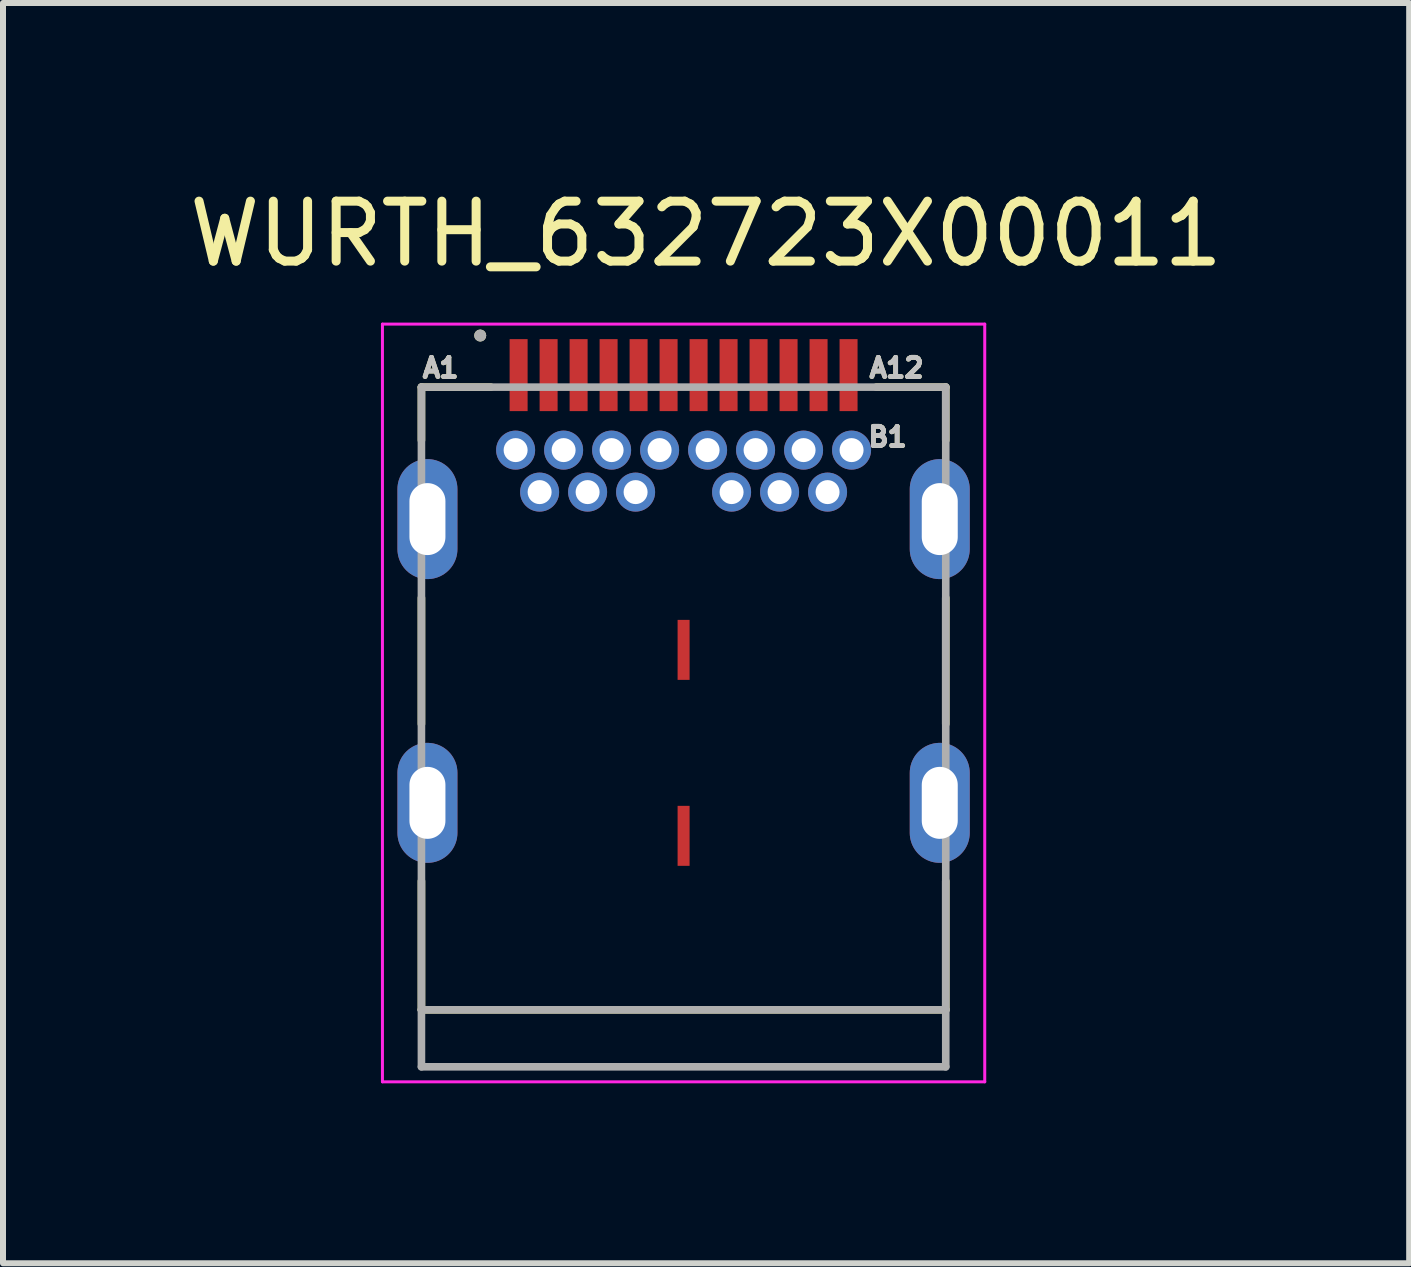
<source format=kicad_pcb>
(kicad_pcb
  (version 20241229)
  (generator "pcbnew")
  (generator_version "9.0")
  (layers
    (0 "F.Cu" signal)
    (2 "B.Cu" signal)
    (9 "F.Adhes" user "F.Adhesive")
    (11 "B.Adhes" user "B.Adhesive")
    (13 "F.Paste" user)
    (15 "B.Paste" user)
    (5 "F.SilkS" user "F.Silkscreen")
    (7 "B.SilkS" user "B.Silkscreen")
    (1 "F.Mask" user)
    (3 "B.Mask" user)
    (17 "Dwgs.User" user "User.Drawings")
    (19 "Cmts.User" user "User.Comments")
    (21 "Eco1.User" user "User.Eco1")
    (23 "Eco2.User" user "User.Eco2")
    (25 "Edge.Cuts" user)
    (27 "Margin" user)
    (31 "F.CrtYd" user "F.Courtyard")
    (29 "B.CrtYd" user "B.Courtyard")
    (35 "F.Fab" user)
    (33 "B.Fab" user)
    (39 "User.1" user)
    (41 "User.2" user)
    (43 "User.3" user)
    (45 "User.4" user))
  (footprint "WURTH_632723X00011"
    (layer "F.Cu")
    (at 8.345 7.783)
    (property "Reference" "WURTH_632723X00011" (at 0.375 -6.935 0) (layer "F.SilkS") (effects (font (size 1 1) (thickness 0.15))))
    (attr through_hole)
    (fp_line (start -4.37 -4.38) (end -4.37 -3.494) (stroke (width 0.127) (type solid)) (layer "F.SilkS"))
    (fp_line (start -4.37 -0.867) (end -4.37 1.236) (stroke (width 0.127) (type solid)) (layer "F.SilkS"))
    (fp_line (start -4.37 3.854) (end -4.37 6) (stroke (width 0.127) (type solid)) (layer "F.SilkS"))
    (fp_line (start -4.37 6) (end 4.37 6) (stroke (width 0.127) (type solid)) (layer "F.SilkS"))
    (fp_line (start -3.213 -4.38) (end -4.37 -4.38) (stroke (width 0.127) (type solid)) (layer "F.SilkS"))
    (fp_line (start 3.213 -4.38) (end 4.37 -4.38) (stroke (width 0.127) (type solid)) (layer "F.SilkS"))
    (fp_line (start 4.37 -4.38) (end 4.37 -3.494) (stroke (width 0.127) (type solid)) (layer "F.SilkS"))
    (fp_line (start 4.37 -0.867) (end 4.37 1.236) (stroke (width 0.127) (type solid)) (layer "F.SilkS"))
    (fp_line (start 4.37 6) (end 4.37 3.854) (stroke (width 0.127) (type solid)) (layer "F.SilkS"))
    (fp_circle (center -3.39 -5.24) (end -3.34 -5.24) (stroke (width 0.1) (type solid)) (fill no) (layer "F.SilkS"))
    (fp_line (start -5.02 -5.43) (end -5.02 7.2) (stroke (width 0.05) (type solid)) (layer "F.CrtYd"))
    (fp_line (start -5.02 7.2) (end 5.02 7.2) (stroke (width 0.05) (type solid)) (layer "F.CrtYd"))
    (fp_line (start 5.02 -5.43) (end -5.02 -5.43) (stroke (width 0.05) (type solid)) (layer "F.CrtYd"))
    (fp_line (start 5.02 7.2) (end 5.02 -5.43) (stroke (width 0.05) (type solid)) (layer "F.CrtYd"))
    (fp_line (start -4.37 -4.38) (end 4.37 -4.38) (stroke (width 0.127) (type solid)) (layer "F.Fab"))
    (fp_line (start -4.37 6) (end -4.37 -4.38) (stroke (width 0.127) (type solid)) (layer "F.Fab"))
    (fp_line (start -4.37 6) (end 4.37 6) (stroke (width 0.127) (type solid)) (layer "F.Fab"))
    (fp_line (start -4.37 6.95) (end -4.37 6) (stroke (width 0.127) (type solid)) (layer "F.Fab"))
    (fp_line (start 4.37 -4.38) (end 4.37 6) (stroke (width 0.127) (type solid)) (layer "F.Fab"))
    (fp_line (start 4.37 6) (end 4.37 6.95) (stroke (width 0.127) (type solid)) (layer "F.Fab"))
    (fp_line (start 4.37 6.95) (end -4.37 6.95) (stroke (width 0.127) (type solid)) (layer "F.Fab"))
    (fp_circle (center -3.39 -5.24) (end -3.34 -5.24) (stroke (width 0.1) (type solid)) (fill no) (layer "F.Fab"))
    (fp_text user "A12" (at 3.55 -4.7 0) (layer "F.SilkS") (effects (font (size 0.32 0.32) (thickness 0.15))))
    (fp_text user "B1" (at 3.4 -3.55 0) (layer "F.SilkS") (effects (font (size 0.32 0.32) (thickness 0.15))))
    (fp_text user "A1" (at -4.05 -4.7 0) (layer "F.SilkS") (effects (font (size 0.32 0.32) (thickness 0.15))))
    (fp_text user "B1" (at 3.4 -3.55 0) (layer "Dwgs.User") (effects (font (size 0.32 0.32) (thickness 0.15))))
    (fp_text user "A1" (at -4.05 -4.7 0) (layer "Dwgs.User") (effects (font (size 0.32 0.32) (thickness 0.15))))
    (fp_text user "A12" (at 3.55 -4.7 0) (layer "Dwgs.User") (effects (font (size 0.32 0.32) (thickness 0.15))))
    (pad "A1" smd rect (at -2.75 -4.58 90) (size 1.2 0.3) (layers "F.Cu" "F.Mask" "F.Paste"))
    (pad "A2" smd rect (at -2.25 -4.58 90) (size 1.2 0.3) (layers "F.Cu" "F.Mask" "F.Paste"))
    (pad "A3" smd rect (at -1.75 -4.58 90) (size 1.2 0.3) (layers "F.Cu" "F.Mask" "F.Paste"))
    (pad "A4" smd rect (at -1.25 -4.58 90) (size 1.2 0.3) (layers "F.Cu" "F.Mask" "F.Paste"))
    (pad "A5" smd rect (at -0.75 -4.58 90) (size 1.2 0.3) (layers "F.Cu" "F.Mask" "F.Paste"))
    (pad "A6" smd rect (at -0.25 -4.58 90) (size 1.2 0.3) (layers "F.Cu" "F.Mask" "F.Paste"))
    (pad "A7" smd rect (at 0.25 -4.58 90) (size 1.2 0.3) (layers "F.Cu" "F.Mask" "F.Paste"))
    (pad "A8" smd rect (at 0.75 -4.58 90) (size 1.2 0.3) (layers "F.Cu" "F.Mask" "F.Paste"))
    (pad "A9" smd rect (at 1.25 -4.58 90) (size 1.2 0.3) (layers "F.Cu" "F.Mask" "F.Paste"))
    (pad "A10" smd rect (at 1.75 -4.58 90) (size 1.2 0.3) (layers "F.Cu" "F.Mask" "F.Paste"))
    (pad "A11" smd rect (at 2.25 -4.58 90) (size 1.2 0.3) (layers "F.Cu" "F.Mask" "F.Paste"))
    (pad "A12" smd rect (at 2.75 -4.58 90) (size 1.2 0.3) (layers "F.Cu" "F.Mask" "F.Paste"))
    (pad "B1" thru_hole circle (at 2.8 -3.33) (size 0.65 0.65) (drill 0.4) (layers "*.Cu" "*.Mask"))
    (pad "B2" thru_hole circle (at 2.4 -2.63) (size 0.65 0.65) (drill 0.4) (layers "*.Cu" "*.Mask"))
    (pad "B3" thru_hole circle (at 1.6 -2.63) (size 0.65 0.65) (drill 0.4) (layers "*.Cu" "*.Mask"))
    (pad "B4" thru_hole circle (at 1.2 -3.33) (size 0.65 0.65) (drill 0.4) (layers "*.Cu" "*.Mask"))
    (pad "B5" thru_hole circle (at 0.8 -2.63) (size 0.65 0.65) (drill 0.4) (layers "*.Cu" "*.Mask"))
    (pad "B6" thru_hole circle (at 0.4 -3.33) (size 0.65 0.65) (drill 0.4) (layers "*.Cu" "*.Mask"))
    (pad "B7" thru_hole circle (at -0.4 -3.33) (size 0.65 0.65) (drill 0.4) (layers "*.Cu" "*.Mask"))
    (pad "B8" thru_hole circle (at -0.8 -2.63) (size 0.65 0.65) (drill 0.4) (layers "*.Cu" "*.Mask"))
    (pad "B9" thru_hole circle (at -1.2 -3.33) (size 0.65 0.65) (drill 0.4) (layers "*.Cu" "*.Mask"))
    (pad "B10" thru_hole circle (at -1.6 -2.63) (size 0.65 0.65) (drill 0.4) (layers "*.Cu" "*.Mask"))
    (pad "B11" thru_hole circle (at -2.4 -2.63) (size 0.65 0.65) (drill 0.4) (layers "*.Cu" "*.Mask"))
    (pad "B12" thru_hole circle (at -2.8 -3.33) (size 0.65 0.65) (drill 0.4) (layers "*.Cu" "*.Mask"))
    (pad "GND" thru_hole circle (at 2 -3.33) (size 0.65 0.65) (drill 0.4) (layers "*.Cu" "*.Mask"))
    (pad "GND1" thru_hole circle (at -2 -3.33) (size 0.65 0.65) (drill 0.4) (layers "*.Cu" "*.Mask"))
    (pad "S1" thru_hole oval (at -4.27 -2.18) (size 1 2) (drill oval 0.6 1.2) (layers "*.Cu" "*.Mask"))
    (pad "S2" thru_hole oval (at 4.27 -2.18) (size 1 2) (drill oval 0.6 1.2) (layers "*.Cu" "*.Mask"))
    (pad "S3" thru_hole oval (at 4.27 2.55) (size 1 2) (drill oval 0.6 1.2) (layers "*.Cu" "*.Mask"))
    (pad "S4" thru_hole oval (at -4.27 2.55) (size 1 2) (drill oval 0.6 1.2) (layers "*.Cu" "*.Mask"))
    (pad "S5" smd rect (at 0 0 90) (size 1 0.2) (layers "F.Cu" "F.Mask" "F.Paste"))
    (pad "S6" smd rect (at 0 3.1 90) (size 1 0.2) (layers "F.Cu" "F.Mask" "F.Paste")))
  (gr_rect
    (start -3 -3)
    (end 20.44 18.008)
    (stroke (width 0.1) (type default))
    (fill no)
    (layer "Edge.Cuts")))
</source>
